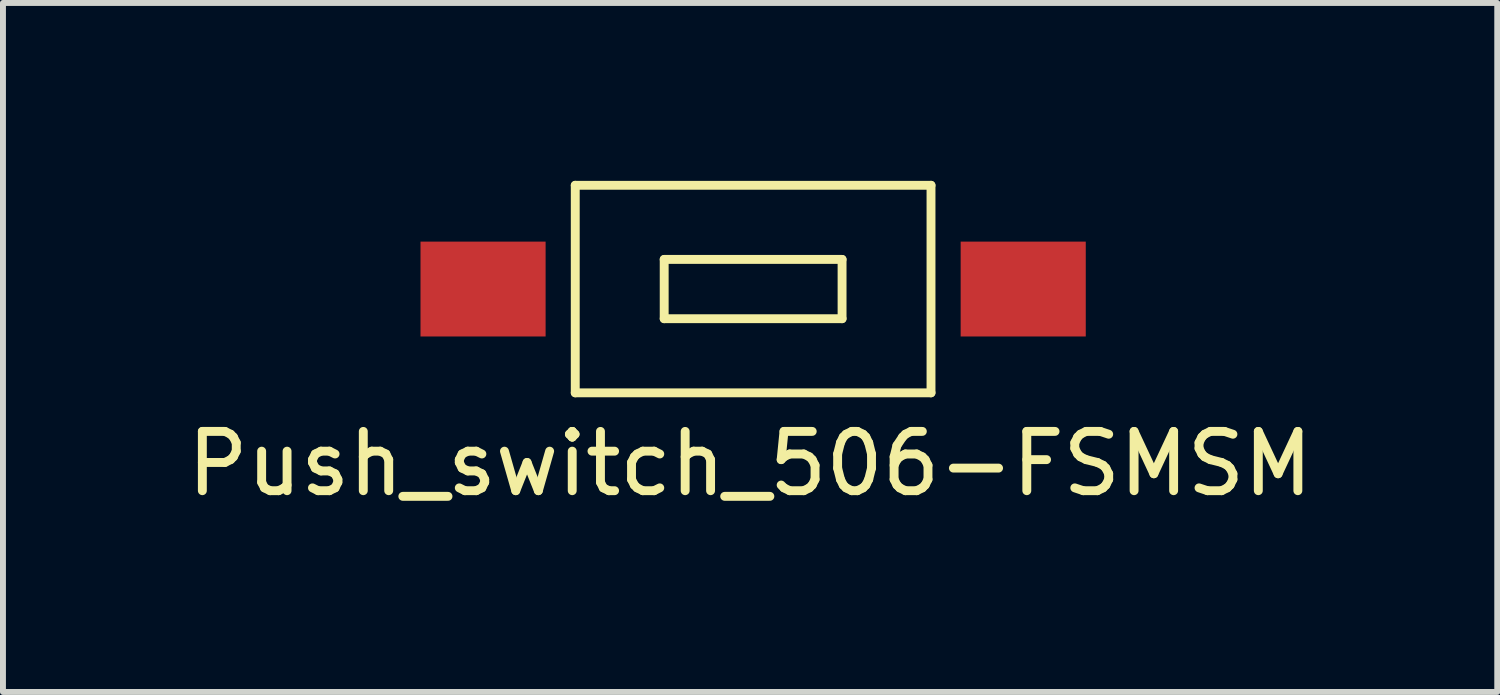
<source format=kicad_pcb>
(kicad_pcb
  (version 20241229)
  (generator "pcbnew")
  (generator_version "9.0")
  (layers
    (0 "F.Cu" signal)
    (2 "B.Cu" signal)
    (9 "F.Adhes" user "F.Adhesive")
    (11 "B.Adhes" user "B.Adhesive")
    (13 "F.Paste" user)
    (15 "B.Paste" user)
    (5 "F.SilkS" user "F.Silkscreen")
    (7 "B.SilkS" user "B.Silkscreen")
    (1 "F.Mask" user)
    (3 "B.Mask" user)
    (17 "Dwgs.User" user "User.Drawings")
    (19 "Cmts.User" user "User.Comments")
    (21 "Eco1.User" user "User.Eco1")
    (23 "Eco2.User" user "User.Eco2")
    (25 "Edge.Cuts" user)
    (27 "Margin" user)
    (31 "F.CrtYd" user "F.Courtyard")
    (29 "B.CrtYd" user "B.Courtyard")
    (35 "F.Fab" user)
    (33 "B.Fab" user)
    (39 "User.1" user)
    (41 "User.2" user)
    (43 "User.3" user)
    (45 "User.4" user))
  (footprint "Push_switch_506-FSMSM"
    (layer "F.Cu")
    (at 9.652 1.825)
    (property "Reference" "Push_switch_506-FSMSM" (at -0.051 2.946 0) (layer "F.SilkS") (effects (font (size 1 1) (thickness 0.15))))
    (attr through_hole)
    (fp_line (start -3 -1.75) (end -3 1.75) (stroke (width 0.15) (type solid)) (layer "F.SilkS"))
    (fp_line (start -3 -1.75) (end 3 -1.75) (stroke (width 0.15) (type solid)) (layer "F.SilkS"))
    (fp_line (start -3 1.75) (end 3 1.75) (stroke (width 0.15) (type solid)) (layer "F.SilkS"))
    (fp_line (start -1.5 -0.5) (end -1.5 0.5) (stroke (width 0.15) (type solid)) (layer "F.SilkS"))
    (fp_line (start -1.5 -0.5) (end 1.5 -0.5) (stroke (width 0.15) (type solid)) (layer "F.SilkS"))
    (fp_line (start -1.5 0.5) (end 1.5 0.5) (stroke (width 0.15) (type solid)) (layer "F.SilkS"))
    (fp_line (start 1.5 0.5) (end 1.5 -0.5) (stroke (width 0.15) (type solid)) (layer "F.SilkS"))
    (fp_line (start 3 -1.75) (end 3 1.75) (stroke (width 0.15) (type solid)) (layer "F.SilkS"))
    (pad "1" smd rect (at -4.555 0) (size 2.11 1.6) (layers "F.Cu" "F.Mask" "F.Paste"))
    (pad "2" smd rect (at 4.555 0) (size 2.11 1.6) (layers "F.Cu" "F.Mask" "F.Paste")))
  (gr_rect
    (start -3 -3)
    (end 22.202 8.62)
    (stroke (width 0.1) (type default))
    (fill no)
    (layer "Edge.Cuts")))
</source>
